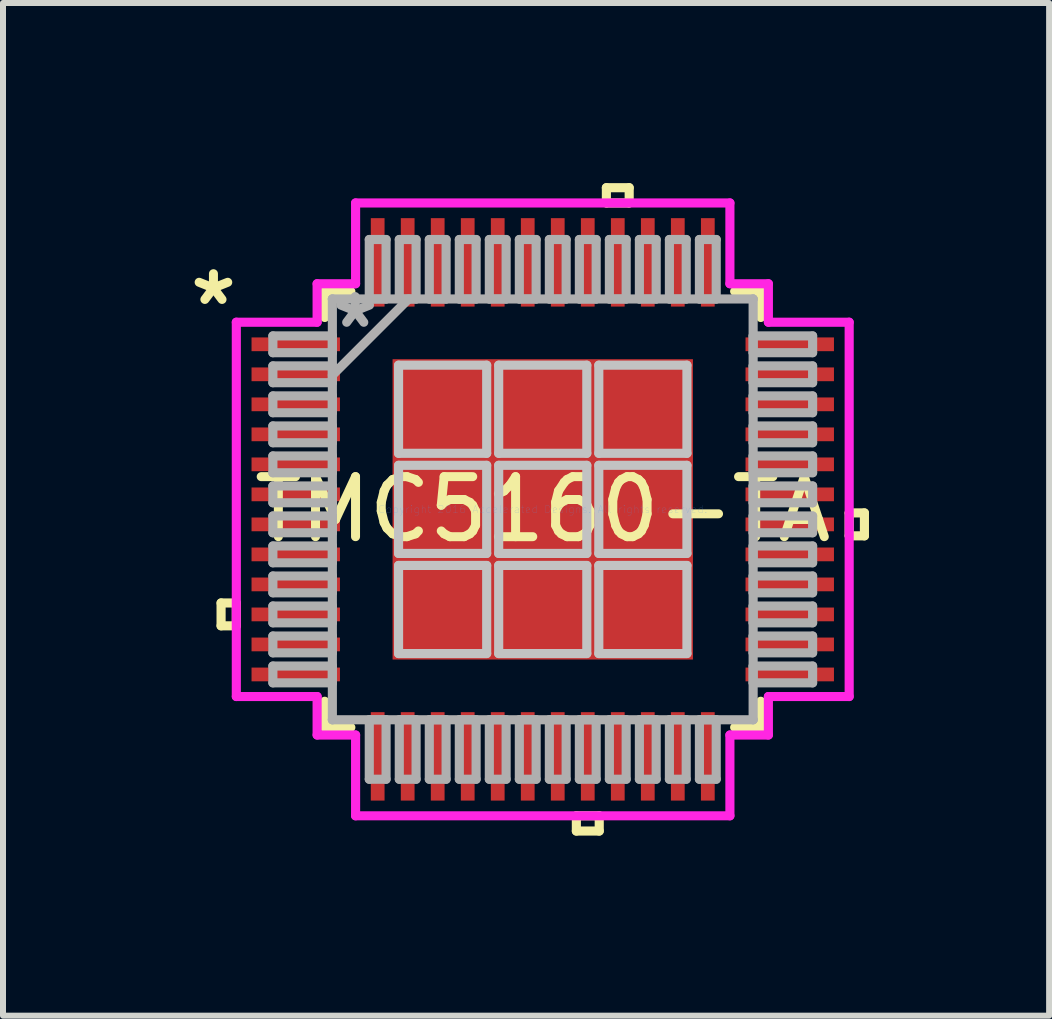
<source format=kicad_pcb>
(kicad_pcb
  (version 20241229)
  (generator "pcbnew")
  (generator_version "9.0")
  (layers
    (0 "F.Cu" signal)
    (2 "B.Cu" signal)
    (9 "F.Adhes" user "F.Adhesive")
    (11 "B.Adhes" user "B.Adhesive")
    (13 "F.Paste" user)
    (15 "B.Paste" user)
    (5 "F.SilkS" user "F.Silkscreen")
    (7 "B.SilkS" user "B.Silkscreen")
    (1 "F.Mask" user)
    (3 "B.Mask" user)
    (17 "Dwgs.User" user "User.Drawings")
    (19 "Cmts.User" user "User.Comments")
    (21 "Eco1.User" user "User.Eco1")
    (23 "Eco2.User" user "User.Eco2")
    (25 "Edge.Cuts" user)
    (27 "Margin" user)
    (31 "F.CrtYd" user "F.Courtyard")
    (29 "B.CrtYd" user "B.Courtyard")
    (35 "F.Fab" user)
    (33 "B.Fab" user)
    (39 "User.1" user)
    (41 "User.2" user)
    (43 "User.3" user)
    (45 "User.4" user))
  (footprint "TMC5160-TA"
    (layer "F.Cu")
    (at 5.992 5.436)
    (property "Reference" "TMC5160-TA" (at 0 0 0) (layer "F.SilkS") (effects (font (size 1 1) (thickness 0.15))))
    (attr through_hole)
    (fp_line (start -5.359 1.559) (end -5.359 1.94) (stroke (width 0.152) (type solid)) (layer "F.SilkS"))
    (fp_line (start -5.359 1.94) (end -5.105 1.94) (stroke (width 0.152) (type solid)) (layer "F.SilkS"))
    (fp_line (start -5.105 1.559) (end -5.359 1.559) (stroke (width 0.152) (type solid)) (layer "F.SilkS"))
    (fp_line (start -5.105 1.94) (end -5.105 1.559) (stroke (width 0.152) (type solid)) (layer "F.SilkS"))
    (fp_line (start -3.632 -3.632) (end -3.632 -3.197) (stroke (width 0.152) (type solid)) (layer "F.SilkS"))
    (fp_line (start -3.632 3.197) (end -3.632 3.632) (stroke (width 0.152) (type solid)) (layer "F.SilkS"))
    (fp_line (start -3.632 3.632) (end -3.197 3.632) (stroke (width 0.152) (type solid)) (layer "F.SilkS"))
    (fp_line (start -3.197 -3.632) (end -3.632 -3.632) (stroke (width 0.152) (type solid)) (layer "F.SilkS"))
    (fp_line (start 0.56 5.105) (end 0.56 5.359) (stroke (width 0.152) (type solid)) (layer "F.SilkS"))
    (fp_line (start 0.56 5.359) (end 0.941 5.359) (stroke (width 0.152) (type solid)) (layer "F.SilkS"))
    (fp_line (start 0.941 5.105) (end 0.56 5.105) (stroke (width 0.152) (type solid)) (layer "F.SilkS"))
    (fp_line (start 0.941 5.359) (end 0.941 5.105) (stroke (width 0.152) (type solid)) (layer "F.SilkS"))
    (fp_line (start 1.06 -5.359) (end 1.44 -5.359) (stroke (width 0.152) (type solid)) (layer "F.SilkS"))
    (fp_line (start 1.06 -5.105) (end 1.06 -5.359) (stroke (width 0.152) (type solid)) (layer "F.SilkS"))
    (fp_line (start 1.44 -5.359) (end 1.44 -5.105) (stroke (width 0.152) (type solid)) (layer "F.SilkS"))
    (fp_line (start 1.44 -5.105) (end 1.06 -5.105) (stroke (width 0.152) (type solid)) (layer "F.SilkS"))
    (fp_line (start 3.197 3.632) (end 3.632 3.632) (stroke (width 0.152) (type solid)) (layer "F.SilkS"))
    (fp_line (start 3.632 -3.632) (end 3.197 -3.632) (stroke (width 0.152) (type solid)) (layer "F.SilkS"))
    (fp_line (start 3.632 -3.197) (end 3.632 -3.632) (stroke (width 0.152) (type solid)) (layer "F.SilkS"))
    (fp_line (start 3.632 3.632) (end 3.632 3.197) (stroke (width 0.152) (type solid)) (layer "F.SilkS"))
    (fp_line (start 5.105 0.059) (end 5.359 0.059) (stroke (width 0.152) (type solid)) (layer "F.SilkS"))
    (fp_line (start 5.105 0.441) (end 5.105 0.059) (stroke (width 0.152) (type solid)) (layer "F.SilkS"))
    (fp_line (start 5.359 0.059) (end 5.359 0.441) (stroke (width 0.152) (type solid)) (layer "F.SilkS"))
    (fp_line (start 5.359 0.441) (end 5.105 0.441) (stroke (width 0.152) (type solid)) (layer "F.SilkS"))
    (fp_line (start -2.402 -2.402) (end -2.402 -0.934) (stroke (width 0.152) (type solid)) (layer "Dwgs.User"))
    (fp_line (start -2.402 -0.934) (end -0.934 -0.934) (stroke (width 0.152) (type solid)) (layer "Dwgs.User"))
    (fp_line (start -2.402 -0.734) (end -2.402 0.734) (stroke (width 0.152) (type solid)) (layer "Dwgs.User"))
    (fp_line (start -2.402 0.734) (end -0.934 0.734) (stroke (width 0.152) (type solid)) (layer "Dwgs.User"))
    (fp_line (start -2.402 0.934) (end -2.402 2.402) (stroke (width 0.152) (type solid)) (layer "Dwgs.User"))
    (fp_line (start -2.402 2.402) (end -0.934 2.402) (stroke (width 0.152) (type solid)) (layer "Dwgs.User"))
    (fp_line (start -0.934 -2.402) (end -2.402 -2.402) (stroke (width 0.152) (type solid)) (layer "Dwgs.User"))
    (fp_line (start -0.934 -0.934) (end -0.934 -2.402) (stroke (width 0.152) (type solid)) (layer "Dwgs.User"))
    (fp_line (start -0.934 -0.734) (end -2.402 -0.734) (stroke (width 0.152) (type solid)) (layer "Dwgs.User"))
    (fp_line (start -0.934 0.734) (end -0.934 -0.734) (stroke (width 0.152) (type solid)) (layer "Dwgs.User"))
    (fp_line (start -0.934 0.934) (end -2.402 0.934) (stroke (width 0.152) (type solid)) (layer "Dwgs.User"))
    (fp_line (start -0.934 2.402) (end -0.934 0.934) (stroke (width 0.152) (type solid)) (layer "Dwgs.User"))
    (fp_line (start -0.734 -2.402) (end -0.734 -0.934) (stroke (width 0.152) (type solid)) (layer "Dwgs.User"))
    (fp_line (start -0.734 -0.934) (end 0.734 -0.934) (stroke (width 0.152) (type solid)) (layer "Dwgs.User"))
    (fp_line (start -0.734 -0.734) (end -0.734 0.734) (stroke (width 0.152) (type solid)) (layer "Dwgs.User"))
    (fp_line (start -0.734 0.734) (end 0.734 0.734) (stroke (width 0.152) (type solid)) (layer "Dwgs.User"))
    (fp_line (start -0.734 0.934) (end -0.734 2.402) (stroke (width 0.152) (type solid)) (layer "Dwgs.User"))
    (fp_line (start -0.734 2.402) (end 0.734 2.402) (stroke (width 0.152) (type solid)) (layer "Dwgs.User"))
    (fp_line (start 0.734 -2.402) (end -0.734 -2.402) (stroke (width 0.152) (type solid)) (layer "Dwgs.User"))
    (fp_line (start 0.734 -0.934) (end 0.734 -2.402) (stroke (width 0.152) (type solid)) (layer "Dwgs.User"))
    (fp_line (start 0.734 -0.734) (end -0.734 -0.734) (stroke (width 0.152) (type solid)) (layer "Dwgs.User"))
    (fp_line (start 0.734 0.734) (end 0.734 -0.734) (stroke (width 0.152) (type solid)) (layer "Dwgs.User"))
    (fp_line (start 0.734 0.934) (end -0.734 0.934) (stroke (width 0.152) (type solid)) (layer "Dwgs.User"))
    (fp_line (start 0.734 2.402) (end 0.734 0.934) (stroke (width 0.152) (type solid)) (layer "Dwgs.User"))
    (fp_line (start 0.934 -2.402) (end 0.934 -0.934) (stroke (width 0.152) (type solid)) (layer "Dwgs.User"))
    (fp_line (start 0.934 -0.934) (end 2.402 -0.934) (stroke (width 0.152) (type solid)) (layer "Dwgs.User"))
    (fp_line (start 0.934 -0.734) (end 0.934 0.734) (stroke (width 0.152) (type solid)) (layer "Dwgs.User"))
    (fp_line (start 0.934 0.734) (end 2.402 0.734) (stroke (width 0.152) (type solid)) (layer "Dwgs.User"))
    (fp_line (start 0.934 0.934) (end 0.934 2.402) (stroke (width 0.152) (type solid)) (layer "Dwgs.User"))
    (fp_line (start 0.934 2.402) (end 2.402 2.402) (stroke (width 0.152) (type solid)) (layer "Dwgs.User"))
    (fp_line (start 2.402 -2.402) (end 0.934 -2.402) (stroke (width 0.152) (type solid)) (layer "Dwgs.User"))
    (fp_line (start 2.402 -0.934) (end 2.402 -2.402) (stroke (width 0.152) (type solid)) (layer "Dwgs.User"))
    (fp_line (start 2.402 -0.734) (end 0.934 -0.734) (stroke (width 0.152) (type solid)) (layer "Dwgs.User"))
    (fp_line (start 2.402 0.734) (end 2.402 -0.734) (stroke (width 0.152) (type solid)) (layer "Dwgs.User"))
    (fp_line (start 2.402 0.934) (end 0.934 0.934) (stroke (width 0.152) (type solid)) (layer "Dwgs.User"))
    (fp_line (start 2.402 2.402) (end 2.402 0.934) (stroke (width 0.152) (type solid)) (layer "Dwgs.User"))
    (fp_line (start -5.105 -3.118) (end -3.759 -3.118) (stroke (width 0.152) (type solid)) (layer "F.CrtYd"))
    (fp_line (start -5.105 3.118) (end -5.105 -3.118) (stroke (width 0.152) (type solid)) (layer "F.CrtYd"))
    (fp_line (start -3.759 -3.759) (end -3.118 -3.759) (stroke (width 0.152) (type solid)) (layer "F.CrtYd"))
    (fp_line (start -3.759 -3.118) (end -3.759 -3.759) (stroke (width 0.152) (type solid)) (layer "F.CrtYd"))
    (fp_line (start -3.759 3.118) (end -5.105 3.118) (stroke (width 0.152) (type solid)) (layer "F.CrtYd"))
    (fp_line (start -3.759 3.759) (end -3.759 3.118) (stroke (width 0.152) (type solid)) (layer "F.CrtYd"))
    (fp_line (start -3.118 -5.105) (end 3.118 -5.105) (stroke (width 0.152) (type solid)) (layer "F.CrtYd"))
    (fp_line (start -3.118 -3.759) (end -3.118 -5.105) (stroke (width 0.152) (type solid)) (layer "F.CrtYd"))
    (fp_line (start -3.118 3.759) (end -3.759 3.759) (stroke (width 0.152) (type solid)) (layer "F.CrtYd"))
    (fp_line (start -3.118 5.105) (end -3.118 3.759) (stroke (width 0.152) (type solid)) (layer "F.CrtYd"))
    (fp_line (start 3.118 -5.105) (end 3.118 -3.759) (stroke (width 0.152) (type solid)) (layer "F.CrtYd"))
    (fp_line (start 3.118 -3.759) (end 3.759 -3.759) (stroke (width 0.152) (type solid)) (layer "F.CrtYd"))
    (fp_line (start 3.118 3.759) (end 3.118 5.105) (stroke (width 0.152) (type solid)) (layer "F.CrtYd"))
    (fp_line (start 3.118 5.105) (end -3.118 5.105) (stroke (width 0.152) (type solid)) (layer "F.CrtYd"))
    (fp_line (start 3.759 -3.759) (end 3.759 -3.118) (stroke (width 0.152) (type solid)) (layer "F.CrtYd"))
    (fp_line (start 3.759 -3.118) (end 5.105 -3.118) (stroke (width 0.152) (type solid)) (layer "F.CrtYd"))
    (fp_line (start 3.759 3.118) (end 3.759 3.759) (stroke (width 0.152) (type solid)) (layer "F.CrtYd"))
    (fp_line (start 3.759 3.759) (end 3.118 3.759) (stroke (width 0.152) (type solid)) (layer "F.CrtYd"))
    (fp_line (start 5.105 -3.118) (end 5.105 3.118) (stroke (width 0.152) (type solid)) (layer "F.CrtYd"))
    (fp_line (start 5.105 3.118) (end 3.759 3.118) (stroke (width 0.152) (type solid)) (layer "F.CrtYd"))
    (fp_line (start -4.496 -2.89) (end -4.496 -2.61) (stroke (width 0.152) (type solid)) (layer "F.Fab"))
    (fp_line (start -4.496 -2.61) (end -3.505 -2.61) (stroke (width 0.152) (type solid)) (layer "F.Fab"))
    (fp_line (start -4.496 -2.39) (end -4.496 -2.11) (stroke (width 0.152) (type solid)) (layer "F.Fab"))
    (fp_line (start -4.496 -2.11) (end -3.505 -2.11) (stroke (width 0.152) (type solid)) (layer "F.Fab"))
    (fp_line (start -4.496 -1.89) (end -4.496 -1.61) (stroke (width 0.152) (type solid)) (layer "F.Fab"))
    (fp_line (start -4.496 -1.61) (end -3.505 -1.61) (stroke (width 0.152) (type solid)) (layer "F.Fab"))
    (fp_line (start -4.496 -1.39) (end -4.496 -1.11) (stroke (width 0.152) (type solid)) (layer "F.Fab"))
    (fp_line (start -4.496 -1.11) (end -3.505 -1.11) (stroke (width 0.152) (type solid)) (layer "F.Fab"))
    (fp_line (start -4.496 -0.89) (end -4.496 -0.61) (stroke (width 0.152) (type solid)) (layer "F.Fab"))
    (fp_line (start -4.496 -0.61) (end -3.505 -0.61) (stroke (width 0.152) (type solid)) (layer "F.Fab"))
    (fp_line (start -4.496 -0.39) (end -4.496 -0.11) (stroke (width 0.152) (type solid)) (layer "F.Fab"))
    (fp_line (start -4.496 -0.11) (end -3.505 -0.11) (stroke (width 0.152) (type solid)) (layer "F.Fab"))
    (fp_line (start -4.496 0.11) (end -4.496 0.39) (stroke (width 0.152) (type solid)) (layer "F.Fab"))
    (fp_line (start -4.496 0.39) (end -3.505 0.39) (stroke (width 0.152) (type solid)) (layer "F.Fab"))
    (fp_line (start -4.496 0.61) (end -4.496 0.89) (stroke (width 0.152) (type solid)) (layer "F.Fab"))
    (fp_line (start -4.496 0.89) (end -3.505 0.89) (stroke (width 0.152) (type solid)) (layer "F.Fab"))
    (fp_line (start -4.496 1.11) (end -4.496 1.39) (stroke (width 0.152) (type solid)) (layer "F.Fab"))
    (fp_line (start -4.496 1.39) (end -3.505 1.39) (stroke (width 0.152) (type solid)) (layer "F.Fab"))
    (fp_line (start -4.496 1.61) (end -4.496 1.89) (stroke (width 0.152) (type solid)) (layer "F.Fab"))
    (fp_line (start -4.496 1.89) (end -3.505 1.89) (stroke (width 0.152) (type solid)) (layer "F.Fab"))
    (fp_line (start -4.496 2.11) (end -4.496 2.39) (stroke (width 0.152) (type solid)) (layer "F.Fab"))
    (fp_line (start -4.496 2.39) (end -3.505 2.39) (stroke (width 0.152) (type solid)) (layer "F.Fab"))
    (fp_line (start -4.496 2.61) (end -4.496 2.89) (stroke (width 0.152) (type solid)) (layer "F.Fab"))
    (fp_line (start -4.496 2.89) (end -3.505 2.89) (stroke (width 0.152) (type solid)) (layer "F.Fab"))
    (fp_line (start -3.505 -3.505) (end -3.505 -3.505) (stroke (width 0.152) (type solid)) (layer "F.Fab"))
    (fp_line (start -3.505 -3.505) (end -3.505 3.505) (stroke (width 0.152) (type solid)) (layer "F.Fab"))
    (fp_line (start -3.505 -2.89) (end -4.496 -2.89) (stroke (width 0.152) (type solid)) (layer "F.Fab"))
    (fp_line (start -3.505 -2.61) (end -3.505 -2.89) (stroke (width 0.152) (type solid)) (layer "F.Fab"))
    (fp_line (start -3.505 -2.39) (end -4.496 -2.39) (stroke (width 0.152) (type solid)) (layer "F.Fab"))
    (fp_line (start -3.505 -2.235) (end -2.235 -3.505) (stroke (width 0.152) (type solid)) (layer "F.Fab"))
    (fp_line (start -3.505 -2.11) (end -3.505 -2.39) (stroke (width 0.152) (type solid)) (layer "F.Fab"))
    (fp_line (start -3.505 -1.89) (end -4.496 -1.89) (stroke (width 0.152) (type solid)) (layer "F.Fab"))
    (fp_line (start -3.505 -1.61) (end -3.505 -1.89) (stroke (width 0.152) (type solid)) (layer "F.Fab"))
    (fp_line (start -3.505 -1.39) (end -4.496 -1.39) (stroke (width 0.152) (type solid)) (layer "F.Fab"))
    (fp_line (start -3.505 -1.11) (end -3.505 -1.39) (stroke (width 0.152) (type solid)) (layer "F.Fab"))
    (fp_line (start -3.505 -0.89) (end -4.496 -0.89) (stroke (width 0.152) (type solid)) (layer "F.Fab"))
    (fp_line (start -3.505 -0.61) (end -3.505 -0.89) (stroke (width 0.152) (type solid)) (layer "F.Fab"))
    (fp_line (start -3.505 -0.39) (end -4.496 -0.39) (stroke (width 0.152) (type solid)) (layer "F.Fab"))
    (fp_line (start -3.505 -0.11) (end -3.505 -0.39) (stroke (width 0.152) (type solid)) (layer "F.Fab"))
    (fp_line (start -3.505 0.11) (end -4.496 0.11) (stroke (width 0.152) (type solid)) (layer "F.Fab"))
    (fp_line (start -3.505 0.39) (end -3.505 0.11) (stroke (width 0.152) (type solid)) (layer "F.Fab"))
    (fp_line (start -3.505 0.61) (end -4.496 0.61) (stroke (width 0.152) (type solid)) (layer "F.Fab"))
    (fp_line (start -3.505 0.89) (end -3.505 0.61) (stroke (width 0.152) (type solid)) (layer "F.Fab"))
    (fp_line (start -3.505 1.11) (end -4.496 1.11) (stroke (width 0.152) (type solid)) (layer "F.Fab"))
    (fp_line (start -3.505 1.39) (end -3.505 1.11) (stroke (width 0.152) (type solid)) (layer "F.Fab"))
    (fp_line (start -3.505 1.61) (end -4.496 1.61) (stroke (width 0.152) (type solid)) (layer "F.Fab"))
    (fp_line (start -3.505 1.89) (end -3.505 1.61) (stroke (width 0.152) (type solid)) (layer "F.Fab"))
    (fp_line (start -3.505 2.11) (end -4.496 2.11) (stroke (width 0.152) (type solid)) (layer "F.Fab"))
    (fp_line (start -3.505 2.39) (end -3.505 2.11) (stroke (width 0.152) (type solid)) (layer "F.Fab"))
    (fp_line (start -3.505 2.61) (end -4.496 2.61) (stroke (width 0.152) (type solid)) (layer "F.Fab"))
    (fp_line (start -3.505 2.89) (end -3.505 2.61) (stroke (width 0.152) (type solid)) (layer "F.Fab"))
    (fp_line (start -3.505 3.505) (end -3.505 3.505) (stroke (width 0.152) (type solid)) (layer "F.Fab"))
    (fp_line (start -3.505 3.505) (end 3.505 3.505) (stroke (width 0.152) (type solid)) (layer "F.Fab"))
    (fp_line (start -2.89 -4.496) (end -2.89 -3.505) (stroke (width 0.152) (type solid)) (layer "F.Fab"))
    (fp_line (start -2.89 -3.505) (end -2.61 -3.505) (stroke (width 0.152) (type solid)) (layer "F.Fab"))
    (fp_line (start -2.89 3.505) (end -2.89 4.496) (stroke (width 0.152) (type solid)) (layer "F.Fab"))
    (fp_line (start -2.89 4.496) (end -2.61 4.496) (stroke (width 0.152) (type solid)) (layer "F.Fab"))
    (fp_line (start -2.61 -4.496) (end -2.89 -4.496) (stroke (width 0.152) (type solid)) (layer "F.Fab"))
    (fp_line (start -2.61 -3.505) (end -2.61 -4.496) (stroke (width 0.152) (type solid)) (layer "F.Fab"))
    (fp_line (start -2.61 3.505) (end -2.89 3.505) (stroke (width 0.152) (type solid)) (layer "F.Fab"))
    (fp_line (start -2.61 4.496) (end -2.61 3.505) (stroke (width 0.152) (type solid)) (layer "F.Fab"))
    (fp_line (start -2.39 -4.496) (end -2.39 -3.505) (stroke (width 0.152) (type solid)) (layer "F.Fab"))
    (fp_line (start -2.39 -3.505) (end -2.11 -3.505) (stroke (width 0.152) (type solid)) (layer "F.Fab"))
    (fp_line (start -2.39 3.505) (end -2.39 4.496) (stroke (width 0.152) (type solid)) (layer "F.Fab"))
    (fp_line (start -2.39 4.496) (end -2.11 4.496) (stroke (width 0.152) (type solid)) (layer "F.Fab"))
    (fp_line (start -2.11 -4.496) (end -2.39 -4.496) (stroke (width 0.152) (type solid)) (layer "F.Fab"))
    (fp_line (start -2.11 -3.505) (end -2.11 -4.496) (stroke (width 0.152) (type solid)) (layer "F.Fab"))
    (fp_line (start -2.11 3.505) (end -2.39 3.505) (stroke (width 0.152) (type solid)) (layer "F.Fab"))
    (fp_line (start -2.11 4.496) (end -2.11 3.505) (stroke (width 0.152) (type solid)) (layer "F.Fab"))
    (fp_line (start -1.89 -4.496) (end -1.89 -3.505) (stroke (width 0.152) (type solid)) (layer "F.Fab"))
    (fp_line (start -1.89 -3.505) (end -1.61 -3.505) (stroke (width 0.152) (type solid)) (layer "F.Fab"))
    (fp_line (start -1.89 3.505) (end -1.89 4.496) (stroke (width 0.152) (type solid)) (layer "F.Fab"))
    (fp_line (start -1.89 4.496) (end -1.61 4.496) (stroke (width 0.152) (type solid)) (layer "F.Fab"))
    (fp_line (start -1.61 -4.496) (end -1.89 -4.496) (stroke (width 0.152) (type solid)) (layer "F.Fab"))
    (fp_line (start -1.61 -3.505) (end -1.61 -4.496) (stroke (width 0.152) (type solid)) (layer "F.Fab"))
    (fp_line (start -1.61 3.505) (end -1.89 3.505) (stroke (width 0.152) (type solid)) (layer "F.Fab"))
    (fp_line (start -1.61 4.496) (end -1.61 3.505) (stroke (width 0.152) (type solid)) (layer "F.Fab"))
    (fp_line (start -1.39 -4.496) (end -1.39 -3.505) (stroke (width 0.152) (type solid)) (layer "F.Fab"))
    (fp_line (start -1.39 -3.505) (end -1.11 -3.505) (stroke (width 0.152) (type solid)) (layer "F.Fab"))
    (fp_line (start -1.39 3.505) (end -1.39 4.496) (stroke (width 0.152) (type solid)) (layer "F.Fab"))
    (fp_line (start -1.39 4.496) (end -1.11 4.496) (stroke (width 0.152) (type solid)) (layer "F.Fab"))
    (fp_line (start -1.11 -4.496) (end -1.39 -4.496) (stroke (width 0.152) (type solid)) (layer "F.Fab"))
    (fp_line (start -1.11 -3.505) (end -1.11 -4.496) (stroke (width 0.152) (type solid)) (layer "F.Fab"))
    (fp_line (start -1.11 3.505) (end -1.39 3.505) (stroke (width 0.152) (type solid)) (layer "F.Fab"))
    (fp_line (start -1.11 4.496) (end -1.11 3.505) (stroke (width 0.152) (type solid)) (layer "F.Fab"))
    (fp_line (start -0.89 -4.496) (end -0.89 -3.505) (stroke (width 0.152) (type solid)) (layer "F.Fab"))
    (fp_line (start -0.89 -3.505) (end -0.61 -3.505) (stroke (width 0.152) (type solid)) (layer "F.Fab"))
    (fp_line (start -0.89 3.505) (end -0.89 4.496) (stroke (width 0.152) (type solid)) (layer "F.Fab"))
    (fp_line (start -0.89 4.496) (end -0.61 4.496) (stroke (width 0.152) (type solid)) (layer "F.Fab"))
    (fp_line (start -0.61 -4.496) (end -0.89 -4.496) (stroke (width 0.152) (type solid)) (layer "F.Fab"))
    (fp_line (start -0.61 -3.505) (end -0.61 -4.496) (stroke (width 0.152) (type solid)) (layer "F.Fab"))
    (fp_line (start -0.61 3.505) (end -0.89 3.505) (stroke (width 0.152) (type solid)) (layer "F.Fab"))
    (fp_line (start -0.61 4.496) (end -0.61 3.505) (stroke (width 0.152) (type solid)) (layer "F.Fab"))
    (fp_line (start -0.39 -4.496) (end -0.39 -3.505) (stroke (width 0.152) (type solid)) (layer "F.Fab"))
    (fp_line (start -0.39 -3.505) (end -0.11 -3.505) (stroke (width 0.152) (type solid)) (layer "F.Fab"))
    (fp_line (start -0.39 3.505) (end -0.39 4.496) (stroke (width 0.152) (type solid)) (layer "F.Fab"))
    (fp_line (start -0.39 4.496) (end -0.11 4.496) (stroke (width 0.152) (type solid)) (layer "F.Fab"))
    (fp_line (start -0.11 -4.496) (end -0.39 -4.496) (stroke (width 0.152) (type solid)) (layer "F.Fab"))
    (fp_line (start -0.11 -3.505) (end -0.11 -4.496) (stroke (width 0.152) (type solid)) (layer "F.Fab"))
    (fp_line (start -0.11 3.505) (end -0.39 3.505) (stroke (width 0.152) (type solid)) (layer "F.Fab"))
    (fp_line (start -0.11 4.496) (end -0.11 3.505) (stroke (width 0.152) (type solid)) (layer "F.Fab"))
    (fp_line (start 0.11 -4.496) (end 0.11 -3.505) (stroke (width 0.152) (type solid)) (layer "F.Fab"))
    (fp_line (start 0.11 -3.505) (end 0.39 -3.505) (stroke (width 0.152) (type solid)) (layer "F.Fab"))
    (fp_line (start 0.11 3.505) (end 0.11 4.496) (stroke (width 0.152) (type solid)) (layer "F.Fab"))
    (fp_line (start 0.11 4.496) (end 0.39 4.496) (stroke (width 0.152) (type solid)) (layer "F.Fab"))
    (fp_line (start 0.39 -4.496) (end 0.11 -4.496) (stroke (width 0.152) (type solid)) (layer "F.Fab"))
    (fp_line (start 0.39 -3.505) (end 0.39 -4.496) (stroke (width 0.152) (type solid)) (layer "F.Fab"))
    (fp_line (start 0.39 3.505) (end 0.11 3.505) (stroke (width 0.152) (type solid)) (layer "F.Fab"))
    (fp_line (start 0.39 4.496) (end 0.39 3.505) (stroke (width 0.152) (type solid)) (layer "F.Fab"))
    (fp_line (start 0.61 -4.496) (end 0.61 -3.505) (stroke (width 0.152) (type solid)) (layer "F.Fab"))
    (fp_line (start 0.61 -3.505) (end 0.89 -3.505) (stroke (width 0.152) (type solid)) (layer "F.Fab"))
    (fp_line (start 0.61 3.505) (end 0.61 4.496) (stroke (width 0.152) (type solid)) (layer "F.Fab"))
    (fp_line (start 0.61 4.496) (end 0.89 4.496) (stroke (width 0.152) (type solid)) (layer "F.Fab"))
    (fp_line (start 0.89 -4.496) (end 0.61 -4.496) (stroke (width 0.152) (type solid)) (layer "F.Fab"))
    (fp_line (start 0.89 -3.505) (end 0.89 -4.496) (stroke (width 0.152) (type solid)) (layer "F.Fab"))
    (fp_line (start 0.89 3.505) (end 0.61 3.505) (stroke (width 0.152) (type solid)) (layer "F.Fab"))
    (fp_line (start 0.89 4.496) (end 0.89 3.505) (stroke (width 0.152) (type solid)) (layer "F.Fab"))
    (fp_line (start 1.11 -4.496) (end 1.11 -3.505) (stroke (width 0.152) (type solid)) (layer "F.Fab"))
    (fp_line (start 1.11 -3.505) (end 1.39 -3.505) (stroke (width 0.152) (type solid)) (layer "F.Fab"))
    (fp_line (start 1.11 3.505) (end 1.11 4.496) (stroke (width 0.152) (type solid)) (layer "F.Fab"))
    (fp_line (start 1.11 4.496) (end 1.39 4.496) (stroke (width 0.152) (type solid)) (layer "F.Fab"))
    (fp_line (start 1.39 -4.496) (end 1.11 -4.496) (stroke (width 0.152) (type solid)) (layer "F.Fab"))
    (fp_line (start 1.39 -3.505) (end 1.39 -4.496) (stroke (width 0.152) (type solid)) (layer "F.Fab"))
    (fp_line (start 1.39 3.505) (end 1.11 3.505) (stroke (width 0.152) (type solid)) (layer "F.Fab"))
    (fp_line (start 1.39 4.496) (end 1.39 3.505) (stroke (width 0.152) (type solid)) (layer "F.Fab"))
    (fp_line (start 1.61 -4.496) (end 1.61 -3.505) (stroke (width 0.152) (type solid)) (layer "F.Fab"))
    (fp_line (start 1.61 -3.505) (end 1.89 -3.505) (stroke (width 0.152) (type solid)) (layer "F.Fab"))
    (fp_line (start 1.61 3.505) (end 1.61 4.496) (stroke (width 0.152) (type solid)) (layer "F.Fab"))
    (fp_line (start 1.61 4.496) (end 1.89 4.496) (stroke (width 0.152) (type solid)) (layer "F.Fab"))
    (fp_line (start 1.89 -4.496) (end 1.61 -4.496) (stroke (width 0.152) (type solid)) (layer "F.Fab"))
    (fp_line (start 1.89 -3.505) (end 1.89 -4.496) (stroke (width 0.152) (type solid)) (layer "F.Fab"))
    (fp_line (start 1.89 3.505) (end 1.61 3.505) (stroke (width 0.152) (type solid)) (layer "F.Fab"))
    (fp_line (start 1.89 4.496) (end 1.89 3.505) (stroke (width 0.152) (type solid)) (layer "F.Fab"))
    (fp_line (start 2.11 -4.496) (end 2.11 -3.505) (stroke (width 0.152) (type solid)) (layer "F.Fab"))
    (fp_line (start 2.11 -3.505) (end 2.39 -3.505) (stroke (width 0.152) (type solid)) (layer "F.Fab"))
    (fp_line (start 2.11 3.505) (end 2.11 4.496) (stroke (width 0.152) (type solid)) (layer "F.Fab"))
    (fp_line (start 2.11 4.496) (end 2.39 4.496) (stroke (width 0.152) (type solid)) (layer "F.Fab"))
    (fp_line (start 2.39 -4.496) (end 2.11 -4.496) (stroke (width 0.152) (type solid)) (layer "F.Fab"))
    (fp_line (start 2.39 -3.505) (end 2.39 -4.496) (stroke (width 0.152) (type solid)) (layer "F.Fab"))
    (fp_line (start 2.39 3.505) (end 2.11 3.505) (stroke (width 0.152) (type solid)) (layer "F.Fab"))
    (fp_line (start 2.39 4.496) (end 2.39 3.505) (stroke (width 0.152) (type solid)) (layer "F.Fab"))
    (fp_line (start 2.61 -4.496) (end 2.61 -3.505) (stroke (width 0.152) (type solid)) (layer "F.Fab"))
    (fp_line (start 2.61 -3.505) (end 2.89 -3.505) (stroke (width 0.152) (type solid)) (layer "F.Fab"))
    (fp_line (start 2.61 3.505) (end 2.61 4.496) (stroke (width 0.152) (type solid)) (layer "F.Fab"))
    (fp_line (start 2.61 4.496) (end 2.89 4.496) (stroke (width 0.152) (type solid)) (layer "F.Fab"))
    (fp_line (start 2.89 -4.496) (end 2.61 -4.496) (stroke (width 0.152) (type solid)) (layer "F.Fab"))
    (fp_line (start 2.89 -3.505) (end 2.89 -4.496) (stroke (width 0.152) (type solid)) (layer "F.Fab"))
    (fp_line (start 2.89 3.505) (end 2.61 3.505) (stroke (width 0.152) (type solid)) (layer "F.Fab"))
    (fp_line (start 2.89 4.496) (end 2.89 3.505) (stroke (width 0.152) (type solid)) (layer "F.Fab"))
    (fp_line (start 3.505 -3.505) (end -3.505 -3.505) (stroke (width 0.152) (type solid)) (layer "F.Fab"))
    (fp_line (start 3.505 -3.505) (end 3.505 -3.505) (stroke (width 0.152) (type solid)) (layer "F.Fab"))
    (fp_line (start 3.505 -2.89) (end 3.505 -2.61) (stroke (width 0.152) (type solid)) (layer "F.Fab"))
    (fp_line (start 3.505 -2.61) (end 4.496 -2.61) (stroke (width 0.152) (type solid)) (layer "F.Fab"))
    (fp_line (start 3.505 -2.39) (end 3.505 -2.11) (stroke (width 0.152) (type solid)) (layer "F.Fab"))
    (fp_line (start 3.505 -2.11) (end 4.496 -2.11) (stroke (width 0.152) (type solid)) (layer "F.Fab"))
    (fp_line (start 3.505 -1.89) (end 3.505 -1.61) (stroke (width 0.152) (type solid)) (layer "F.Fab"))
    (fp_line (start 3.505 -1.61) (end 4.496 -1.61) (stroke (width 0.152) (type solid)) (layer "F.Fab"))
    (fp_line (start 3.505 -1.39) (end 3.505 -1.11) (stroke (width 0.152) (type solid)) (layer "F.Fab"))
    (fp_line (start 3.505 -1.11) (end 4.496 -1.11) (stroke (width 0.152) (type solid)) (layer "F.Fab"))
    (fp_line (start 3.505 -0.89) (end 3.505 -0.61) (stroke (width 0.152) (type solid)) (layer "F.Fab"))
    (fp_line (start 3.505 -0.61) (end 4.496 -0.61) (stroke (width 0.152) (type solid)) (layer "F.Fab"))
    (fp_line (start 3.505 -0.39) (end 3.505 -0.11) (stroke (width 0.152) (type solid)) (layer "F.Fab"))
    (fp_line (start 3.505 -0.11) (end 4.496 -0.11) (stroke (width 0.152) (type solid)) (layer "F.Fab"))
    (fp_line (start 3.505 0.11) (end 3.505 0.39) (stroke (width 0.152) (type solid)) (layer "F.Fab"))
    (fp_line (start 3.505 0.39) (end 4.496 0.39) (stroke (width 0.152) (type solid)) (layer "F.Fab"))
    (fp_line (start 3.505 0.61) (end 3.505 0.89) (stroke (width 0.152) (type solid)) (layer "F.Fab"))
    (fp_line (start 3.505 0.89) (end 4.496 0.89) (stroke (width 0.152) (type solid)) (layer "F.Fab"))
    (fp_line (start 3.505 1.11) (end 3.505 1.39) (stroke (width 0.152) (type solid)) (layer "F.Fab"))
    (fp_line (start 3.505 1.39) (end 4.496 1.39) (stroke (width 0.152) (type solid)) (layer "F.Fab"))
    (fp_line (start 3.505 1.61) (end 3.505 1.89) (stroke (width 0.152) (type solid)) (layer "F.Fab"))
    (fp_line (start 3.505 1.89) (end 4.496 1.89) (stroke (width 0.152) (type solid)) (layer "F.Fab"))
    (fp_line (start 3.505 2.11) (end 3.505 2.39) (stroke (width 0.152) (type solid)) (layer "F.Fab"))
    (fp_line (start 3.505 2.39) (end 4.496 2.39) (stroke (width 0.152) (type solid)) (layer "F.Fab"))
    (fp_line (start 3.505 2.61) (end 3.505 2.89) (stroke (width 0.152) (type solid)) (layer "F.Fab"))
    (fp_line (start 3.505 2.89) (end 4.496 2.89) (stroke (width 0.152) (type solid)) (layer "F.Fab"))
    (fp_line (start 3.505 3.505) (end 3.505 -3.505) (stroke (width 0.152) (type solid)) (layer "F.Fab"))
    (fp_line (start 3.505 3.505) (end 3.505 3.505) (stroke (width 0.152) (type solid)) (layer "F.Fab"))
    (fp_line (start 4.496 -2.89) (end 3.505 -2.89) (stroke (width 0.152) (type solid)) (layer "F.Fab"))
    (fp_line (start 4.496 -2.61) (end 4.496 -2.89) (stroke (width 0.152) (type solid)) (layer "F.Fab"))
    (fp_line (start 4.496 -2.39) (end 3.505 -2.39) (stroke (width 0.152) (type solid)) (layer "F.Fab"))
    (fp_line (start 4.496 -2.11) (end 4.496 -2.39) (stroke (width 0.152) (type solid)) (layer "F.Fab"))
    (fp_line (start 4.496 -1.89) (end 3.505 -1.89) (stroke (width 0.152) (type solid)) (layer "F.Fab"))
    (fp_line (start 4.496 -1.61) (end 4.496 -1.89) (stroke (width 0.152) (type solid)) (layer "F.Fab"))
    (fp_line (start 4.496 -1.39) (end 3.505 -1.39) (stroke (width 0.152) (type solid)) (layer "F.Fab"))
    (fp_line (start 4.496 -1.11) (end 4.496 -1.39) (stroke (width 0.152) (type solid)) (layer "F.Fab"))
    (fp_line (start 4.496 -0.89) (end 3.505 -0.89) (stroke (width 0.152) (type solid)) (layer "F.Fab"))
    (fp_line (start 4.496 -0.61) (end 4.496 -0.89) (stroke (width 0.152) (type solid)) (layer "F.Fab"))
    (fp_line (start 4.496 -0.39) (end 3.505 -0.39) (stroke (width 0.152) (type solid)) (layer "F.Fab"))
    (fp_line (start 4.496 -0.11) (end 4.496 -0.39) (stroke (width 0.152) (type solid)) (layer "F.Fab"))
    (fp_line (start 4.496 0.11) (end 3.505 0.11) (stroke (width 0.152) (type solid)) (layer "F.Fab"))
    (fp_line (start 4.496 0.39) (end 4.496 0.11) (stroke (width 0.152) (type solid)) (layer "F.Fab"))
    (fp_line (start 4.496 0.61) (end 3.505 0.61) (stroke (width 0.152) (type solid)) (layer "F.Fab"))
    (fp_line (start 4.496 0.89) (end 4.496 0.61) (stroke (width 0.152) (type solid)) (layer "F.Fab"))
    (fp_line (start 4.496 1.11) (end 3.505 1.11) (stroke (width 0.152) (type solid)) (layer "F.Fab"))
    (fp_line (start 4.496 1.39) (end 4.496 1.11) (stroke (width 0.152) (type solid)) (layer "F.Fab"))
    (fp_line (start 4.496 1.61) (end 3.505 1.61) (stroke (width 0.152) (type solid)) (layer "F.Fab"))
    (fp_line (start 4.496 1.89) (end 4.496 1.61) (stroke (width 0.152) (type solid)) (layer "F.Fab"))
    (fp_line (start 4.496 2.11) (end 3.505 2.11) (stroke (width 0.152) (type solid)) (layer "F.Fab"))
    (fp_line (start 4.496 2.39) (end 4.496 2.11) (stroke (width 0.152) (type solid)) (layer "F.Fab"))
    (fp_line (start 4.496 2.61) (end 3.505 2.61) (stroke (width 0.152) (type solid)) (layer "F.Fab"))
    (fp_line (start 4.496 2.89) (end 4.496 2.61) (stroke (width 0.152) (type solid)) (layer "F.Fab"))
    (fp_text user "*" (at -5.486 -3.381 0) (layer "F.SilkS") (effects (font (size 1 1) (thickness 0.15))))
    (fp_text user "Copyright 2016 Accelerated Designs. All rights reserved." (at 0 0 0) (layer "Cmts.User") (effects (font (size 0.127 0.127) (thickness 0.002))))
    (fp_text user "*" (at -3.124 -3 0) (layer "F.Fab") (effects (font (size 1 1) (thickness 0.15))))
    (pad "1" smd rect (at -4.115 -2.75 90) (size 0.229 1.473) (layers "F.Cu" "F.Mask" "F.Paste"))
    (pad "2" smd rect (at -4.115 -2.25 90) (size 0.229 1.473) (layers "F.Cu" "F.Mask" "F.Paste"))
    (pad "3" smd rect (at -4.115 -1.75 90) (size 0.229 1.473) (layers "F.Cu" "F.Mask" "F.Paste"))
    (pad "4" smd rect (at -4.115 -1.25 90) (size 0.229 1.473) (layers "F.Cu" "F.Mask" "F.Paste"))
    (pad "5" smd rect (at -4.115 -0.75 90) (size 0.229 1.473) (layers "F.Cu" "F.Mask" "F.Paste"))
    (pad "6" smd rect (at -4.115 -0.25 90) (size 0.229 1.473) (layers "F.Cu" "F.Mask" "F.Paste"))
    (pad "7" smd rect (at -4.115 0.25 90) (size 0.229 1.473) (layers "F.Cu" "F.Mask" "F.Paste"))
    (pad "8" smd rect (at -4.115 0.75 90) (size 0.229 1.473) (layers "F.Cu" "F.Mask" "F.Paste"))
    (pad "9" smd rect (at -4.115 1.25 90) (size 0.229 1.473) (layers "F.Cu" "F.Mask" "F.Paste"))
    (pad "10" smd rect (at -4.115 1.75 90) (size 0.229 1.473) (layers "F.Cu" "F.Mask" "F.Paste"))
    (pad "11" smd rect (at -4.115 2.25 90) (size 0.229 1.473) (layers "F.Cu" "F.Mask" "F.Paste"))
    (pad "12" smd rect (at -4.115 2.75 90) (size 0.229 1.473) (layers "F.Cu" "F.Mask" "F.Paste"))
    (pad "13" smd rect (at -2.75 4.115) (size 0.229 1.473) (layers "F.Cu" "F.Mask" "F.Paste"))
    (pad "14" smd rect (at -2.25 4.115) (size 0.229 1.473) (layers "F.Cu" "F.Mask" "F.Paste"))
    (pad "15" smd rect (at -1.75 4.115) (size 0.229 1.473) (layers "F.Cu" "F.Mask" "F.Paste"))
    (pad "16" smd rect (at -1.25 4.115) (size 0.229 1.473) (layers "F.Cu" "F.Mask" "F.Paste"))
    (pad "17" smd rect (at -0.75 4.115) (size 0.229 1.473) (layers "F.Cu" "F.Mask" "F.Paste"))
    (pad "18" smd rect (at -0.25 4.115) (size 0.229 1.473) (layers "F.Cu" "F.Mask" "F.Paste"))
    (pad "19" smd rect (at 0.25 4.115) (size 0.229 1.473) (layers "F.Cu" "F.Mask" "F.Paste"))
    (pad "20" smd rect (at 0.75 4.115) (size 0.229 1.473) (layers "F.Cu" "F.Mask" "F.Paste"))
    (pad "21" smd rect (at 1.25 4.115) (size 0.229 1.473) (layers "F.Cu" "F.Mask" "F.Paste"))
    (pad "22" smd rect (at 1.75 4.115) (size 0.229 1.473) (layers "F.Cu" "F.Mask" "F.Paste"))
    (pad "23" smd rect (at 2.25 4.115) (size 0.229 1.473) (layers "F.Cu" "F.Mask" "F.Paste"))
    (pad "24" smd rect (at 2.75 4.115) (size 0.229 1.473) (layers "F.Cu" "F.Mask" "F.Paste"))
    (pad "25" smd rect (at 4.115 2.75 90) (size 0.229 1.473) (layers "F.Cu" "F.Mask" "F.Paste"))
    (pad "26" smd rect (at 4.115 2.25 90) (size 0.229 1.473) (layers "F.Cu" "F.Mask" "F.Paste"))
    (pad "27" smd rect (at 4.115 1.75 90) (size 0.229 1.473) (layers "F.Cu" "F.Mask" "F.Paste"))
    (pad "28" smd rect (at 4.115 1.25 90) (size 0.229 1.473) (layers "F.Cu" "F.Mask" "F.Paste"))
    (pad "29" smd rect (at 4.115 0.75 90) (size 0.229 1.473) (layers "F.Cu" "F.Mask" "F.Paste"))
    (pad "30" smd rect (at 4.115 0.25 90) (size 0.229 1.473) (layers "F.Cu" "F.Mask" "F.Paste"))
    (pad "31" smd rect (at 4.115 -0.25 90) (size 0.229 1.473) (layers "F.Cu" "F.Mask" "F.Paste"))
    (pad "32" smd rect (at 4.115 -0.75 90) (size 0.229 1.473) (layers "F.Cu" "F.Mask" "F.Paste"))
    (pad "33" smd rect (at 4.115 -1.25 90) (size 0.229 1.473) (layers "F.Cu" "F.Mask" "F.Paste"))
    (pad "34" smd rect (at 4.115 -1.75 90) (size 0.229 1.473) (layers "F.Cu" "F.Mask" "F.Paste"))
    (pad "35" smd rect (at 4.115 -2.25 90) (size 0.229 1.473) (layers "F.Cu" "F.Mask" "F.Paste"))
    (pad "36" smd rect (at 4.115 -2.75 90) (size 0.229 1.473) (layers "F.Cu" "F.Mask" "F.Paste"))
    (pad "37" smd rect (at 2.75 -4.115) (size 0.229 1.473) (layers "F.Cu" "F.Mask" "F.Paste"))
    (pad "38" smd rect (at 2.25 -4.115) (size 0.229 1.473) (layers "F.Cu" "F.Mask" "F.Paste"))
    (pad "39" smd rect (at 1.75 -4.115) (size 0.229 1.473) (layers "F.Cu" "F.Mask" "F.Paste"))
    (pad "40" smd rect (at 1.25 -4.115) (size 0.229 1.473) (layers "F.Cu" "F.Mask" "F.Paste"))
    (pad "41" smd rect (at 0.75 -4.115) (size 0.229 1.473) (layers "F.Cu" "F.Mask" "F.Paste"))
    (pad "42" smd rect (at 0.25 -4.115) (size 0.229 1.473) (layers "F.Cu" "F.Mask" "F.Paste"))
    (pad "43" smd rect (at -0.25 -4.115) (size 0.229 1.473) (layers "F.Cu" "F.Mask" "F.Paste"))
    (pad "44" smd rect (at -0.75 -4.115) (size 0.229 1.473) (layers "F.Cu" "F.Mask" "F.Paste"))
    (pad "45" smd rect (at -1.25 -4.115) (size 0.229 1.473) (layers "F.Cu" "F.Mask" "F.Paste"))
    (pad "46" smd rect (at -1.75 -4.115) (size 0.229 1.473) (layers "F.Cu" "F.Mask" "F.Paste"))
    (pad "47" smd rect (at -2.25 -4.115) (size 0.229 1.473) (layers "F.Cu" "F.Mask" "F.Paste"))
    (pad "48" smd rect (at -2.75 -4.115) (size 0.229 1.473) (layers "F.Cu" "F.Mask" "F.Paste"))
    (pad "EPAD" smd rect (at 0 0) (size 5.004 5.004) (layers "F.Cu" "F.Mask" "F.Paste")))
  (gr_rect
    (start -3 -3)
    (end 14.428 13.871)
    (stroke (width 0.1) (type default))
    (fill no)
    (layer "Edge.Cuts")))
</source>
